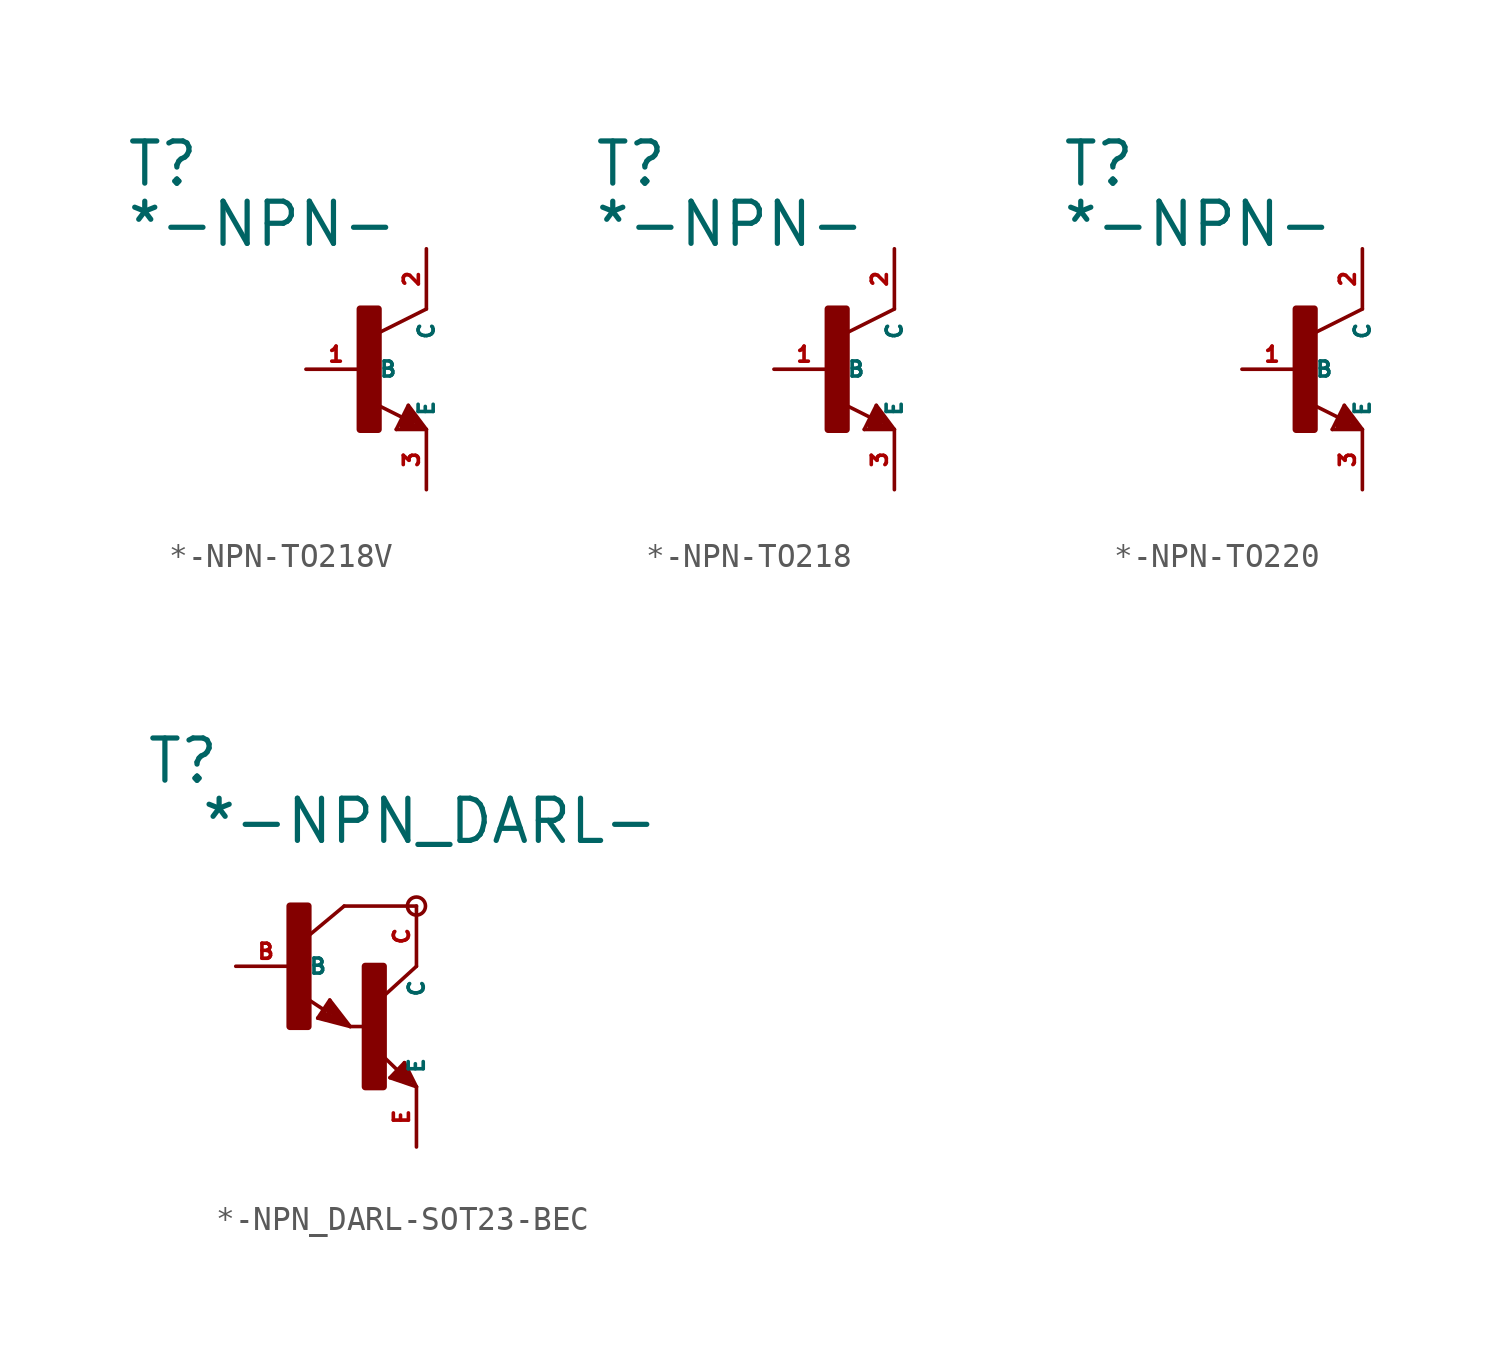
<source format=kicad_sym>
(kicad_symbol_lib
  (version 20220914)
  (generator Eagle2Kicad)
  (symbol "*-NPN-TO218V"
    (property "Reference" "T"
      (at -10.16 7.62 0)
      (effects (font (size 1.778 1.778) (thickness 0.22)) (justify left bottom)))
    (property "Value" "*-NPN-"
      (at -10.16 5.08 0)
      (effects (font (size 1.778 1.778) (thickness 0.22)) (justify left bottom)))
    (polyline
      (pts (xy 2.54 2.54) (xy 0.508 1.524))
      (stroke (width 0.152) (type default))
      (fill (type none)))
    (polyline
      (pts (xy 1.778 -1.524) (xy 2.54 -2.54))
      (stroke (width 0.152) (type default))
      (fill (type none)))
    (polyline
      (pts (xy 2.54 -2.54) (xy 1.27 -2.54))
      (stroke (width 0.152) (type default))
      (fill (type none)))
    (polyline
      (pts (xy 1.27 -2.54) (xy 1.778 -1.524))
      (stroke (width 0.152) (type default))
      (fill (type none)))
    (polyline
      (pts (xy 1.54 -2.04) (xy 0.308 -1.424))
      (stroke (width 0.152) (type default))
      (fill (type none)))
    (polyline
      (pts (xy 1.524 -2.413) (xy 2.286 -2.413))
      (stroke (width 0.254) (type default))
      (fill (type none)))
    (polyline
      (pts (xy 2.286 -2.413) (xy 1.778 -1.778))
      (stroke (width 0.254) (type default))
      (fill (type none)))
    (polyline
      (pts (xy 1.778 -1.778) (xy 1.524 -2.286))
      (stroke (width 0.254) (type default))
      (fill (type none)))
    (polyline
      (pts (xy 1.524 -2.286) (xy 1.905 -2.286))
      (stroke (width 0.254) (type default))
      (fill (type none)))
    (polyline
      (pts (xy 1.905 -2.286) (xy 1.778 -2.032))
      (stroke (width 0.254) (type default))
      (fill (type none)))
    (rectangle
      (start -0.254 -2.54)
      (end 0.508 2.54)
      (stroke (width 0.3) (type default))
      (fill (type outline)))
    (pin passive line
      (at -2.54 0 0)
      (length 2.54)
      (name "B" (effects (font (size 0.635 0.635) (thickness 0.08)) (justify left bottom)))
      (number "1" (effects (font (size 0.635 0.635) (thickness 0.08)) (justify left bottom))))
    (pin passive line
      (at 2.54 -5.08 90)
      (length 2.54)
      (name "E" (effects (font (size 0.635 0.635) (thickness 0.08)) (justify left bottom)))
      (number "3" (effects (font (size 0.635 0.635) (thickness 0.08)) (justify left bottom))))
    (pin passive line
      (at 2.54 5.08 270)
      (length 2.54)
      (name "C" (effects (font (size 0.635 0.635) (thickness 0.08)) (justify left bottom)))
      (number "2" (effects (font (size 0.635 0.635) (thickness 0.08)) (justify left bottom)))))
  (symbol "*-NPN-TO218"
    (property "Reference" "T"
      (at -10.16 7.62 0)
      (effects (font (size 1.778 1.778) (thickness 0.22)) (justify left bottom)))
    (property "Value" "*-NPN-"
      (at -10.16 5.08 0)
      (effects (font (size 1.778 1.778) (thickness 0.22)) (justify left bottom)))
    (polyline
      (pts (xy 2.54 2.54) (xy 0.508 1.524))
      (stroke (width 0.152) (type default))
      (fill (type none)))
    (polyline
      (pts (xy 1.778 -1.524) (xy 2.54 -2.54))
      (stroke (width 0.152) (type default))
      (fill (type none)))
    (polyline
      (pts (xy 2.54 -2.54) (xy 1.27 -2.54))
      (stroke (width 0.152) (type default))
      (fill (type none)))
    (polyline
      (pts (xy 1.27 -2.54) (xy 1.778 -1.524))
      (stroke (width 0.152) (type default))
      (fill (type none)))
    (polyline
      (pts (xy 1.54 -2.04) (xy 0.308 -1.424))
      (stroke (width 0.152) (type default))
      (fill (type none)))
    (polyline
      (pts (xy 1.524 -2.413) (xy 2.286 -2.413))
      (stroke (width 0.254) (type default))
      (fill (type none)))
    (polyline
      (pts (xy 2.286 -2.413) (xy 1.778 -1.778))
      (stroke (width 0.254) (type default))
      (fill (type none)))
    (polyline
      (pts (xy 1.778 -1.778) (xy 1.524 -2.286))
      (stroke (width 0.254) (type default))
      (fill (type none)))
    (polyline
      (pts (xy 1.524 -2.286) (xy 1.905 -2.286))
      (stroke (width 0.254) (type default))
      (fill (type none)))
    (polyline
      (pts (xy 1.905 -2.286) (xy 1.778 -2.032))
      (stroke (width 0.254) (type default))
      (fill (type none)))
    (rectangle
      (start -0.254 -2.54)
      (end 0.508 2.54)
      (stroke (width 0.3) (type default))
      (fill (type outline)))
    (pin passive line
      (at -2.54 0 0)
      (length 2.54)
      (name "B" (effects (font (size 0.635 0.635) (thickness 0.08)) (justify left bottom)))
      (number "1" (effects (font (size 0.635 0.635) (thickness 0.08)) (justify left bottom))))
    (pin passive line
      (at 2.54 -5.08 90)
      (length 2.54)
      (name "E" (effects (font (size 0.635 0.635) (thickness 0.08)) (justify left bottom)))
      (number "3" (effects (font (size 0.635 0.635) (thickness 0.08)) (justify left bottom))))
    (pin passive line
      (at 2.54 5.08 270)
      (length 2.54)
      (name "C" (effects (font (size 0.635 0.635) (thickness 0.08)) (justify left bottom)))
      (number "2" (effects (font (size 0.635 0.635) (thickness 0.08)) (justify left bottom)))))
  (symbol "*-NPN-TO220"
    (property "Reference" "T"
      (at -10.16 7.62 0)
      (effects (font (size 1.778 1.778) (thickness 0.22)) (justify left bottom)))
    (property "Value" "*-NPN-"
      (at -10.16 5.08 0)
      (effects (font (size 1.778 1.778) (thickness 0.22)) (justify left bottom)))
    (polyline
      (pts (xy 2.54 2.54) (xy 0.508 1.524))
      (stroke (width 0.152) (type default))
      (fill (type none)))
    (polyline
      (pts (xy 1.778 -1.524) (xy 2.54 -2.54))
      (stroke (width 0.152) (type default))
      (fill (type none)))
    (polyline
      (pts (xy 2.54 -2.54) (xy 1.27 -2.54))
      (stroke (width 0.152) (type default))
      (fill (type none)))
    (polyline
      (pts (xy 1.27 -2.54) (xy 1.778 -1.524))
      (stroke (width 0.152) (type default))
      (fill (type none)))
    (polyline
      (pts (xy 1.54 -2.04) (xy 0.308 -1.424))
      (stroke (width 0.152) (type default))
      (fill (type none)))
    (polyline
      (pts (xy 1.524 -2.413) (xy 2.286 -2.413))
      (stroke (width 0.254) (type default))
      (fill (type none)))
    (polyline
      (pts (xy 2.286 -2.413) (xy 1.778 -1.778))
      (stroke (width 0.254) (type default))
      (fill (type none)))
    (polyline
      (pts (xy 1.778 -1.778) (xy 1.524 -2.286))
      (stroke (width 0.254) (type default))
      (fill (type none)))
    (polyline
      (pts (xy 1.524 -2.286) (xy 1.905 -2.286))
      (stroke (width 0.254) (type default))
      (fill (type none)))
    (polyline
      (pts (xy 1.905 -2.286) (xy 1.778 -2.032))
      (stroke (width 0.254) (type default))
      (fill (type none)))
    (rectangle
      (start -0.254 -2.54)
      (end 0.508 2.54)
      (stroke (width 0.3) (type default))
      (fill (type outline)))
    (pin passive line
      (at -2.54 0 0)
      (length 2.54)
      (name "B" (effects (font (size 0.635 0.635) (thickness 0.08)) (justify left bottom)))
      (number "1" (effects (font (size 0.635 0.635) (thickness 0.08)) (justify left bottom))))
    (pin passive line
      (at 2.54 -5.08 90)
      (length 2.54)
      (name "E" (effects (font (size 0.635 0.635) (thickness 0.08)) (justify left bottom)))
      (number "3" (effects (font (size 0.635 0.635) (thickness 0.08)) (justify left bottom))))
    (pin passive line
      (at 2.54 5.08 270)
      (length 2.54)
      (name "C" (effects (font (size 0.635 0.635) (thickness 0.08)) (justify left bottom)))
      (number "2" (effects (font (size 0.635 0.635) (thickness 0.08)) (justify left bottom)))))
  (symbol "*-NPN_DARL-SOT23-BEC"
    (property "Reference" "T"
      (at -6.35 7.62 0)
      (effects (font (size 1.778 1.778) (thickness 0.22)) (justify left bottom)))
    (property "Value" "*-NPN_DARL-"
      (at -4.064 5.08 0)
      (effects (font (size 1.778 1.778) (thickness 0.22)) (justify left bottom)))
    (polyline
      (pts (xy 5.08 2.54) (xy 2.032 2.54))
      (stroke (width 0.152) (type default))
      (fill (type none)))
    (polyline
      (pts (xy 1.424 -1.424) (xy 2.286 -2.54))
      (stroke (width 0.152) (type default))
      (fill (type none)))
    (polyline
      (pts (xy 2.921 -2.54) (xy 2.286 -2.54))
      (stroke (width 0.152) (type default))
      (fill (type none)))
    (polyline
      (pts (xy 0.916 -2.186) (xy 1.424 -1.424))
      (stroke (width 0.152) (type default))
      (fill (type none)))
    (polyline
      (pts (xy 2.286 -2.54) (xy 0.916 -2.186))
      (stroke (width 0.152) (type default))
      (fill (type none)))
    (polyline
      (pts (xy 2.032 2.54) (xy 0.508 1.27))
      (stroke (width 0.152) (type default))
      (fill (type none)))
    (polyline
      (pts (xy 5.08 0) (xy 3.683 -1.27))
      (stroke (width 0.152) (type default))
      (fill (type none)))
    (polyline
      (pts (xy 5.08 -5.08) (xy 3.964 -4.699))
      (stroke (width 0.152) (type default))
      (fill (type none)))
    (polyline
      (pts (xy 4.572 -4.064) (xy 5.08 -5.08))
      (stroke (width 0.152) (type default))
      (fill (type none)))
    (polyline
      (pts (xy 3.964 -4.699) (xy 4.572 -4.064))
      (stroke (width 0.152) (type default))
      (fill (type none)))
    (polyline
      (pts (xy 1.186 -1.84) (xy 0.208 -1.197))
      (stroke (width 0.152) (type default))
      (fill (type none)))
    (polyline
      (pts (xy 4.28 -4.38) (xy 3.483 -3.61))
      (stroke (width 0.152) (type default))
      (fill (type none)))
    (polyline
      (pts (xy 2.159 -2.413) (xy 1.397 -1.524))
      (stroke (width 0.127) (type default))
      (fill (type none)))
    (polyline
      (pts (xy 1.397 -1.524) (xy 1.016 -2.159))
      (stroke (width 0.127) (type default))
      (fill (type none)))
    (polyline
      (pts (xy 1.016 -2.159) (xy 2.032 -2.413))
      (stroke (width 0.127) (type default))
      (fill (type none)))
    (polyline
      (pts (xy 2.032 -2.413) (xy 1.397 -1.651))
      (stroke (width 0.127) (type default))
      (fill (type none)))
    (polyline
      (pts (xy 1.397 -1.651) (xy 1.143 -2.032))
      (stroke (width 0.127) (type default))
      (fill (type none)))
    (polyline
      (pts (xy 1.143 -2.032) (xy 1.905 -2.286))
      (stroke (width 0.254) (type default))
      (fill (type none)))
    (polyline
      (pts (xy 1.905 -2.286) (xy 1.397 -1.778))
      (stroke (width 0.254) (type default))
      (fill (type none)))
    (polyline
      (pts (xy 1.397 -1.778) (xy 1.397 -1.905))
      (stroke (width 0.254) (type default))
      (fill (type none)))
    (polyline
      (pts (xy 4.953 -4.953) (xy 4.572 -4.191))
      (stroke (width 0.127) (type default))
      (fill (type none)))
    (polyline
      (pts (xy 4.572 -4.191) (xy 4.064 -4.699))
      (stroke (width 0.127) (type default))
      (fill (type none)))
    (polyline
      (pts (xy 4.064 -4.699) (xy 4.826 -4.953))
      (stroke (width 0.127) (type default))
      (fill (type none)))
    (polyline
      (pts (xy 4.826 -4.953) (xy 4.572 -4.318))
      (stroke (width 0.127) (type default))
      (fill (type none)))
    (polyline
      (pts (xy 4.572 -4.318) (xy 4.191 -4.699))
      (stroke (width 0.254) (type default))
      (fill (type none)))
    (polyline
      (pts (xy 4.191 -4.699) (xy 4.699 -4.826))
      (stroke (width 0.254) (type default))
      (fill (type none)))
    (polyline
      (pts (xy 4.699 -4.826) (xy 4.572 -4.572))
      (stroke (width 0.254) (type default))
      (fill (type none)))
    (polyline
      (pts (xy 4.572 -4.572) (xy 4.445 -4.572))
      (stroke (width 0.254) (type default))
      (fill (type none)))
    (circle
      (center 5.08 2.54)
      (radius 0.381)
      (stroke (width 0) (type default))
      (fill (type none)))
    (rectangle
      (start -0.254 -2.54)
      (end 0.508 2.54)
      (stroke (width 0.3) (type default))
      (fill (type outline)))
    (rectangle
      (start 2.921 -5.08)
      (end 3.683 0)
      (stroke (width 0.3) (type default))
      (fill (type outline)))
    (pin passive line
      (at -2.54 0 0)
      (length 2.54)
      (name "B" (effects (font (size 0.635 0.635) (thickness 0.08)) (justify left bottom)))
      (number "B" (effects (font (size 0.635 0.635) (thickness 0.08)) (justify left bottom))))
    (pin passive line
      (at 5.08 -7.62 90)
      (length 2.54)
      (name "E" (effects (font (size 0.635 0.635) (thickness 0.08)) (justify left bottom)))
      (number "E" (effects (font (size 0.635 0.635) (thickness 0.08)) (justify left bottom))))
    (pin passive line
      (at 5.08 2.54 270)
      (length 2.54)
      (name "C" (effects (font (size 0.635 0.635) (thickness 0.08)) (justify left bottom)))
      (number "C" (effects (font (size 0.635 0.635) (thickness 0.08)) (justify left bottom))))))
</source>
